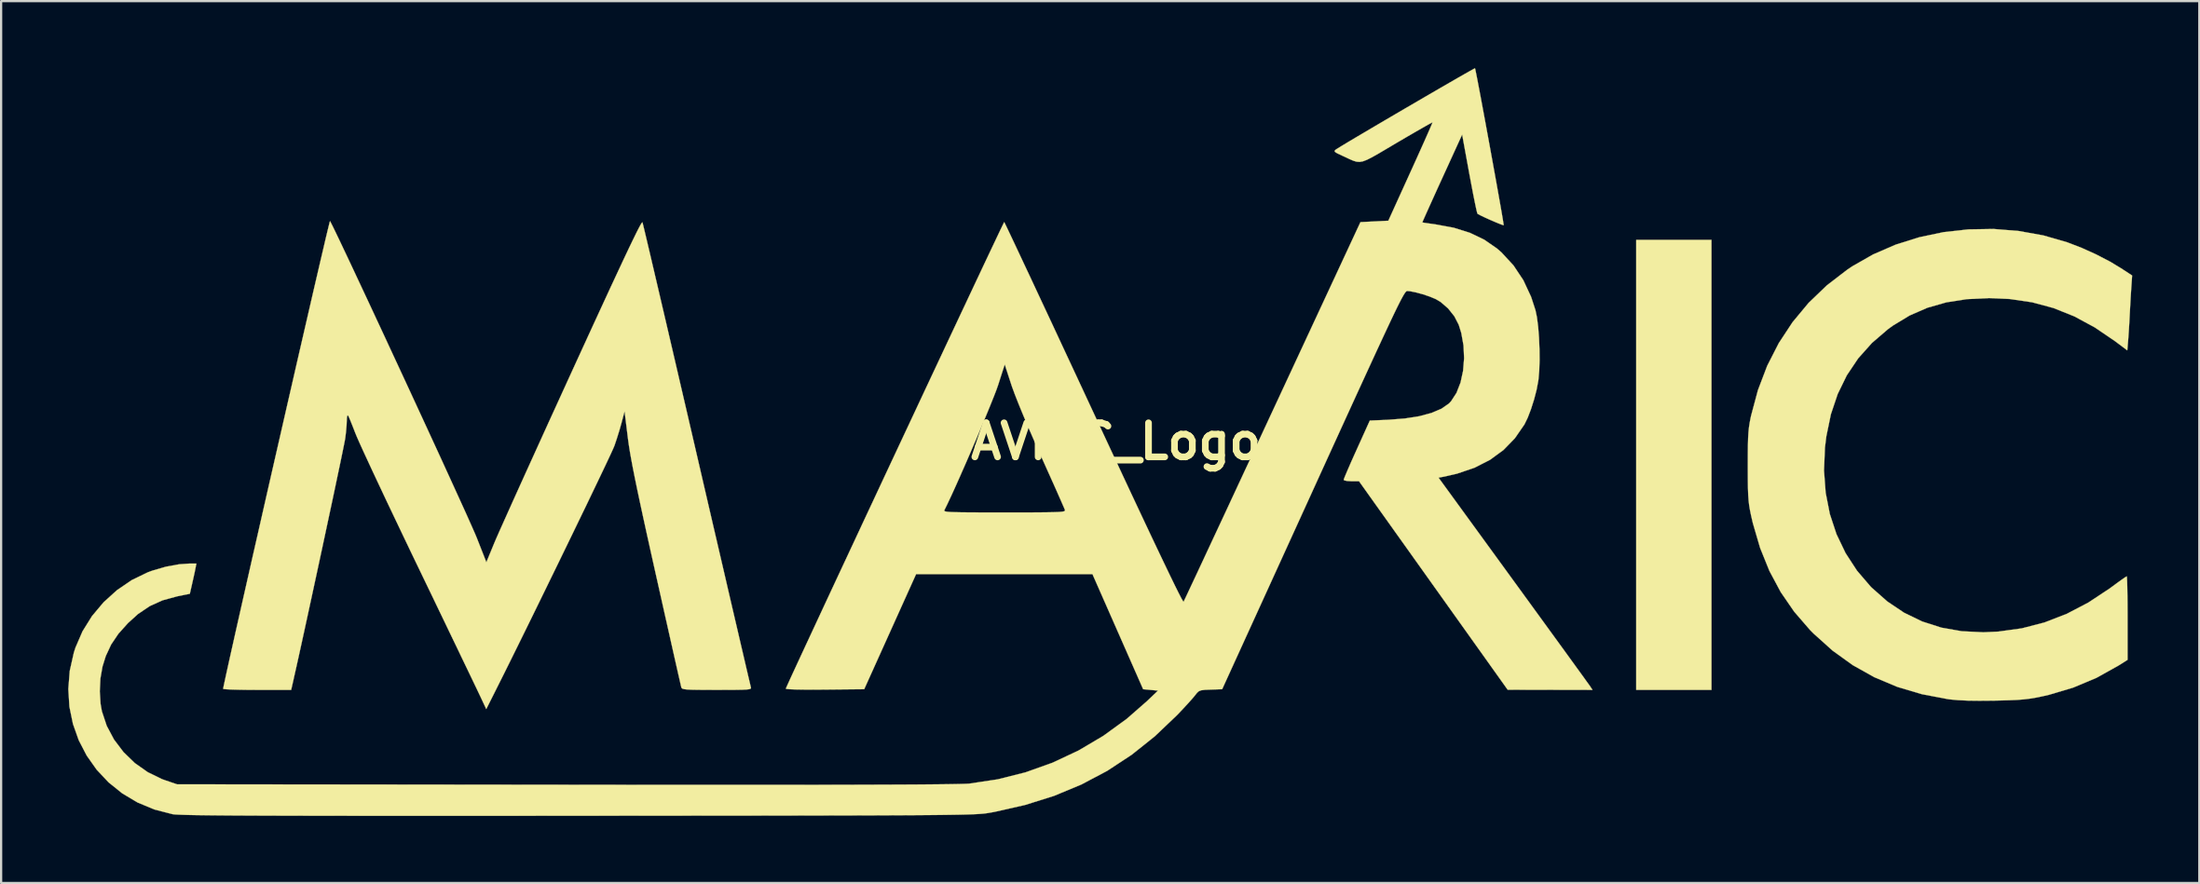
<source format=kicad_pcb>
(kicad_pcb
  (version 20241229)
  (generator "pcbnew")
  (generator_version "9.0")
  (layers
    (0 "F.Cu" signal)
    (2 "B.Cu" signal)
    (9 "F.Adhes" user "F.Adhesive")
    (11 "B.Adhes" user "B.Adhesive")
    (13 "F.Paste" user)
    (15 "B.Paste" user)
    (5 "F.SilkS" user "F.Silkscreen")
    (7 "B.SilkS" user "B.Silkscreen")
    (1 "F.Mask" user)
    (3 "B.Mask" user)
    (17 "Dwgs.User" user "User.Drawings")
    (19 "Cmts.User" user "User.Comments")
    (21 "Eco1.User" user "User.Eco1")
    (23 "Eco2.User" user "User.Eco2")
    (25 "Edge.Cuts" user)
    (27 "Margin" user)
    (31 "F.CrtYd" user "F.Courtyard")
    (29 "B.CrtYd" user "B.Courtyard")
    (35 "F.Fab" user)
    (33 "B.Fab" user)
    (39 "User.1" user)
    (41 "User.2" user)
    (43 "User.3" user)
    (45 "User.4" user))
  (footprint "MAVRIC_Logo"
    (layer "F.Cu")
    (at 45.984 16.697)
    (property "Reference" "MAVRIC_Logo" (at 0 0 0) (layer "F.SilkS") (effects (font (size 1.524 1.524) (thickness 0.3))))
    (attr through_hole)
    (fp_poly (pts (xy 27.495 11.113) (xy 24.13 11.113) (xy 24.13 -9.017) (xy 27.495 -9.017) (xy 27.495 11.113)) (stroke (width 0.01) (type solid)) (fill yes) (layer "F.SilkS"))
    (fp_poly (pts (xy 41.231 -9.415) (xy 42.334 -9.217) (xy 43.396 -8.911) (xy 44.044 -8.662) (xy 44.701 -8.365) (xy 45.32 -8.043) (xy 45.806 -7.75) (xy 46.305 -7.424) (xy 46.267 -6.871) (xy 46.247 -6.557) (xy 46.225 -6.178) (xy 46.204 -5.794) (xy 46.195 -5.62) (xy 46.177 -5.279) (xy 46.156 -4.933) (xy 46.135 -4.632) (xy 46.125 -4.498) (xy 46.089 -4.075) (xy 45.534 -4.491) (xy 44.631 -5.104) (xy 43.722 -5.595) (xy 42.794 -5.967) (xy 41.836 -6.225) (xy 40.836 -6.372) (xy 39.902 -6.413) (xy 38.911 -6.366) (xy 37.997 -6.223) (xy 37.149 -5.981) (xy 36.357 -5.636) (xy 35.612 -5.185) (xy 35.388 -5.023) (xy 34.671 -4.407) (xy 34.057 -3.719) (xy 33.546 -2.957) (xy 33.139 -2.122) (xy 32.834 -1.213) (xy 32.631 -0.228) (xy 32.569 0.276) (xy 32.527 1.3) (xy 32.601 2.291) (xy 32.787 3.242) (xy 33.085 4.145) (xy 33.491 4.993) (xy 34.003 5.78) (xy 34.618 6.497) (xy 34.657 6.536) (xy 35.358 7.156) (xy 36.11 7.661) (xy 36.915 8.051) (xy 37.774 8.327) (xy 38.687 8.488) (xy 39.655 8.535) (xy 40.32 8.504) (xy 41.371 8.359) (xy 42.389 8.095) (xy 43.379 7.711) (xy 44.348 7.205) (xy 45.3 6.575) (xy 45.385 6.513) (xy 45.631 6.331) (xy 45.84 6.181) (xy 45.99 6.077) (xy 46.063 6.033) (xy 46.065 6.032) (xy 46.074 6.093) (xy 46.082 6.266) (xy 46.089 6.533) (xy 46.095 6.881) (xy 46.099 7.293) (xy 46.101 7.754) (xy 46.101 7.9) (xy 46.101 9.768) (xy 45.701 10.02) (xy 44.712 10.572) (xy 43.669 11.01) (xy 42.568 11.337) (xy 42.266 11.405) (xy 41.982 11.462) (xy 41.72 11.505) (xy 41.453 11.537) (xy 41.155 11.56) (xy 40.798 11.575) (xy 40.354 11.587) (xy 40.1 11.592) (xy 39.474 11.597) (xy 38.955 11.591) (xy 38.526 11.571) (xy 38.166 11.538) (xy 38.063 11.524) (xy 36.896 11.302) (xy 35.802 10.976) (xy 34.775 10.544) (xy 33.812 10.004) (xy 32.909 9.354) (xy 32.062 8.593) (xy 31.895 8.424) (xy 31.194 7.613) (xy 30.592 6.737) (xy 30.086 5.79) (xy 29.671 4.763) (xy 29.345 3.65) (xy 29.263 3.294) (xy 29.217 3.069) (xy 29.181 2.859) (xy 29.156 2.64) (xy 29.138 2.392) (xy 29.127 2.09) (xy 29.122 1.714) (xy 29.12 1.239) (xy 29.12 1.079) (xy 29.121 0.572) (xy 29.125 0.169) (xy 29.134 -0.152) (xy 29.15 -0.414) (xy 29.173 -0.64) (xy 29.206 -0.852) (xy 29.249 -1.073) (xy 29.264 -1.143) (xy 29.574 -2.299) (xy 29.988 -3.386) (xy 30.506 -4.401) (xy 31.125 -5.341) (xy 31.843 -6.204) (xy 32.658 -6.986) (xy 33.57 -7.686) (xy 33.8 -7.84) (xy 34.732 -8.371) (xy 35.73 -8.803) (xy 36.782 -9.134) (xy 37.871 -9.363) (xy 38.986 -9.487) (xy 40.11 -9.505) (xy 41.231 -9.415)) (stroke (width 0.01) (type solid)) (fill yes) (layer "F.SilkS"))
    (fp_poly (pts (xy -34.238 -9.785) (xy -34.149 -9.608) (xy -34.015 -9.332) (xy -33.84 -8.967) (xy -33.628 -8.52) (xy -33.383 -8.002) (xy -33.11 -7.419) (xy -32.811 -6.781) (xy -32.491 -6.097) (xy -32.155 -5.375) (xy -31.805 -4.624) (xy -31.447 -3.851) (xy -31.083 -3.067) (xy -30.718 -2.279) (xy -30.357 -1.497) (xy -30.002 -0.728) (xy -29.658 0.019) (xy -29.329 0.734) (xy -29.02 1.41) (xy -28.733 2.038) (xy -28.473 2.609) (xy -28.243 3.114) (xy -28.049 3.546) (xy -27.894 3.895) (xy -27.781 4.152) (xy -27.718 4.304) (xy -27.286 5.402) (xy -26.925 4.527) (xy -26.851 4.354) (xy -26.728 4.074) (xy -26.559 3.696) (xy -26.349 3.228) (xy -26.102 2.677) (xy -25.82 2.053) (xy -25.509 1.365) (xy -25.17 0.619) (xy -24.81 -0.174) (xy -24.431 -1.008) (xy -24.036 -1.872) (xy -23.631 -2.76) (xy -23.46 -3.134) (xy -22.957 -4.232) (xy -22.505 -5.218) (xy -22.1 -6.096) (xy -21.743 -6.87) (xy -21.429 -7.544) (xy -21.159 -8.122) (xy -20.93 -8.607) (xy -20.739 -9.004) (xy -20.586 -9.317) (xy -20.468 -9.549) (xy -20.383 -9.705) (xy -20.33 -9.788) (xy -20.307 -9.802) (xy -20.307 -9.802) (xy -20.288 -9.728) (xy -20.241 -9.537) (xy -20.169 -9.235) (xy -20.073 -8.829) (xy -19.954 -8.326) (xy -19.815 -7.731) (xy -19.656 -7.052) (xy -19.479 -6.295) (xy -19.285 -5.466) (xy -19.077 -4.572) (xy -18.855 -3.619) (xy -18.622 -2.615) (xy -18.378 -1.565) (xy -18.125 -0.476) (xy -17.875 0.603) (xy -17.616 1.723) (xy -17.364 2.811) (xy -17.121 3.859) (xy -16.888 4.861) (xy -16.667 5.811) (xy -16.461 6.702) (xy -16.269 7.528) (xy -16.093 8.282) (xy -15.936 8.958) (xy -15.798 9.549) (xy -15.682 10.048) (xy -15.588 10.45) (xy -15.518 10.747) (xy -15.474 10.933) (xy -15.457 11.001) (xy -15.453 11.036) (xy -15.477 11.063) (xy -15.541 11.082) (xy -15.661 11.096) (xy -15.851 11.105) (xy -16.124 11.11) (xy -16.497 11.112) (xy -16.978 11.113) (xy -17.464 11.112) (xy -17.838 11.109) (xy -18.115 11.104) (xy -18.31 11.094) (xy -18.438 11.079) (xy -18.514 11.059) (xy -18.553 11.03) (xy -18.567 11.001) (xy -18.586 10.923) (xy -18.63 10.731) (xy -18.698 10.434) (xy -18.787 10.041) (xy -18.895 9.563) (xy -19.02 9.008) (xy -19.159 8.387) (xy -19.312 7.709) (xy -19.474 6.984) (xy -19.645 6.221) (xy -19.709 5.937) (xy -19.927 4.96) (xy -20.118 4.098) (xy -20.284 3.34) (xy -20.427 2.677) (xy -20.549 2.1) (xy -20.652 1.599) (xy -20.738 1.165) (xy -20.809 0.788) (xy -20.867 0.459) (xy -20.913 0.169) (xy -20.95 -0.093) (xy -20.961 -0.182) (xy -21.106 -1.349) (xy -21.247 -0.817) (xy -21.34 -0.491) (xy -21.451 -0.134) (xy -21.555 0.177) (xy -21.56 0.191) (xy -21.61 0.308) (xy -21.71 0.53) (xy -21.858 0.846) (xy -22.048 1.248) (xy -22.276 1.725) (xy -22.536 2.268) (xy -22.824 2.868) (xy -23.137 3.515) (xy -23.468 4.199) (xy -23.813 4.91) (xy -24.168 5.64) (xy -24.528 6.378) (xy -24.888 7.116) (xy -25.243 7.842) (xy -25.59 8.549) (xy -25.923 9.225) (xy -26.238 9.863) (xy -26.53 10.451) (xy -26.795 10.981) (xy -26.845 11.081) (xy -27.291 11.97) (xy -27.543 11.43) (xy -27.608 11.294) (xy -27.723 11.052) (xy -27.885 10.714) (xy -28.089 10.289) (xy -28.331 9.786) (xy -28.605 9.214) (xy -28.909 8.582) (xy -29.237 7.9) (xy -29.585 7.176) (xy -29.949 6.419) (xy -30.325 5.639) (xy -30.335 5.619) (xy -30.712 4.834) (xy -31.078 4.068) (xy -31.429 3.331) (xy -31.761 2.633) (xy -32.067 1.982) (xy -32.346 1.389) (xy -32.59 0.863) (xy -32.798 0.413) (xy -32.963 0.049) (xy -33.081 -0.22) (xy -33.148 -0.382) (xy -33.259 -0.668) (xy -33.357 -0.912) (xy -33.432 -1.088) (xy -33.475 -1.171) (xy -33.476 -1.172) (xy -33.506 -1.152) (xy -33.525 -1.035) (xy -33.528 -0.938) (xy -33.537 -0.726) (xy -33.561 -0.447) (xy -33.595 -0.16) (xy -33.597 -0.147) (xy -33.618 -0.028) (xy -33.664 0.205) (xy -33.732 0.539) (xy -33.82 0.963) (xy -33.926 1.467) (xy -34.046 2.039) (xy -34.179 2.667) (xy -34.323 3.34) (xy -34.474 4.048) (xy -34.63 4.779) (xy -34.79 5.522) (xy -34.95 6.264) (xy -35.108 6.997) (xy -35.262 7.707) (xy -35.409 8.384) (xy -35.547 9.016) (xy -35.674 9.593) (xy -35.787 10.103) (xy -35.884 10.534) (xy -35.917 10.684) (xy -36.015 11.113) (xy -37.534 11.113) (xy -37.958 11.111) (xy -38.337 11.105) (xy -38.653 11.097) (xy -38.888 11.086) (xy -39.026 11.074) (xy -39.056 11.065) (xy -39.043 10.99) (xy -39.003 10.8) (xy -38.939 10.503) (xy -38.852 10.107) (xy -38.744 9.619) (xy -38.616 9.047) (xy -38.471 8.398) (xy -38.309 7.682) (xy -38.134 6.905) (xy -37.946 6.075) (xy -37.748 5.199) (xy -37.54 4.287) (xy -37.326 3.345) (xy -37.107 2.381) (xy -36.884 1.403) (xy -36.659 0.419) (xy -36.434 -0.564) (xy -36.212 -1.537) (xy -35.992 -2.494) (xy -35.779 -3.426) (xy -35.572 -4.325) (xy -35.374 -5.184) (xy -35.187 -5.995) (xy -35.013 -6.75) (xy -34.852 -7.442) (xy -34.708 -8.062) (xy -34.581 -8.603) (xy -34.475 -9.058) (xy -34.389 -9.418) (xy -34.326 -9.675) (xy -34.289 -9.822) (xy -34.278 -9.856) (xy -34.238 -9.785)) (stroke (width 0.01) (type solid)) (fill yes) (layer "F.SilkS"))
    (fp_poly (pts (xy 16.921 -16.692) (xy 16.938 -16.626) (xy 16.974 -16.449) (xy 17.028 -16.175) (xy 17.096 -15.817) (xy 17.177 -15.389) (xy 17.267 -14.905) (xy 17.365 -14.378) (xy 17.467 -13.822) (xy 17.572 -13.251) (xy 17.676 -12.679) (xy 17.778 -12.118) (xy 17.875 -11.583) (xy 17.963 -11.088) (xy 18.042 -10.645) (xy 18.108 -10.269) (xy 18.158 -9.974) (xy 18.191 -9.772) (xy 18.204 -9.679) (xy 18.204 -9.674) (xy 18.142 -9.689) (xy 17.995 -9.745) (xy 17.794 -9.828) (xy 17.569 -9.926) (xy 17.35 -10.025) (xy 17.168 -10.112) (xy 17.054 -10.173) (xy 17.032 -10.188) (xy 17.01 -10.26) (xy 16.968 -10.44) (xy 16.911 -10.713) (xy 16.841 -11.062) (xy 16.763 -11.47) (xy 16.678 -11.921) (xy 16.667 -11.981) (xy 16.347 -13.729) (xy 15.452 -11.77) (xy 15.24 -11.307) (xy 15.048 -10.882) (xy 14.879 -10.509) (xy 14.741 -10.201) (xy 14.639 -9.972) (xy 14.579 -9.834) (xy 14.566 -9.799) (xy 14.628 -9.786) (xy 14.788 -9.762) (xy 15.017 -9.73) (xy 15.146 -9.712) (xy 15.968 -9.561) (xy 16.695 -9.333) (xy 17.337 -9.025) (xy 17.903 -8.633) (xy 18.104 -8.458) (xy 18.641 -7.877) (xy 19.083 -7.214) (xy 19.431 -6.467) (xy 19.625 -5.872) (xy 19.692 -5.549) (xy 19.745 -5.132) (xy 19.783 -4.653) (xy 19.804 -4.146) (xy 19.809 -3.641) (xy 19.794 -3.172) (xy 19.759 -2.77) (xy 19.751 -2.715) (xy 19.676 -2.316) (xy 19.563 -1.88) (xy 19.426 -1.449) (xy 19.278 -1.062) (xy 19.132 -0.762) (xy 18.706 -0.145) (xy 18.193 0.383) (xy 17.59 0.823) (xy 16.897 1.176) (xy 16.111 1.442) (xy 15.567 1.567) (xy 15.291 1.619) (xy 18.64 6.223) (xy 19.136 6.905) (xy 19.611 7.559) (xy 20.061 8.178) (xy 20.48 8.755) (xy 20.863 9.282) (xy 21.203 9.752) (xy 21.496 10.156) (xy 21.736 10.487) (xy 21.917 10.739) (xy 22.035 10.902) (xy 22.082 10.97) (xy 22.176 11.113) (xy 18.383 11.106) (xy 11.735 1.778) (xy 11.392 1.778) (xy 11.203 1.767) (xy 11.078 1.74) (xy 11.049 1.714) (xy 11.074 1.64) (xy 11.145 1.468) (xy 11.253 1.215) (xy 11.391 0.899) (xy 11.553 0.537) (xy 11.634 0.358) (xy 12.218 -0.935) (xy 13.046 -0.97) (xy 13.786 -1.028) (xy 14.433 -1.13) (xy 14.98 -1.277) (xy 15.421 -1.465) (xy 15.75 -1.693) (xy 15.849 -1.796) (xy 16.094 -2.173) (xy 16.275 -2.637) (xy 16.389 -3.161) (xy 16.434 -3.723) (xy 16.408 -4.295) (xy 16.308 -4.854) (xy 16.194 -5.22) (xy 15.999 -5.598) (xy 15.72 -5.949) (xy 15.391 -6.235) (xy 15.158 -6.373) (xy 14.889 -6.484) (xy 14.58 -6.587) (xy 14.274 -6.67) (xy 14.014 -6.721) (xy 13.891 -6.731) (xy 13.868 -6.726) (xy 13.84 -6.706) (xy 13.805 -6.666) (xy 13.761 -6.602) (xy 13.704 -6.507) (xy 13.632 -6.376) (xy 13.543 -6.204) (xy 13.434 -5.986) (xy 13.303 -5.716) (xy 13.148 -5.39) (xy 12.965 -5) (xy 12.752 -4.543) (xy 12.506 -4.013) (xy 12.226 -3.405) (xy 11.908 -2.713) (xy 11.55 -1.932) (xy 11.15 -1.057) (xy 10.705 -0.082) (xy 10.212 0.998) (xy 9.676 2.175) (xy 5.616 11.081) (xy 5.099 11.099) (xy 4.843 11.11) (xy 4.679 11.13) (xy 4.573 11.171) (xy 4.49 11.246) (xy 4.405 11.353) (xy 4.295 11.486) (xy 4.119 11.684) (xy 3.897 11.925) (xy 3.654 12.183) (xy 3.59 12.249) (xy 2.605 13.187) (xy 1.569 14.014) (xy 0.477 14.732) (xy -0.678 15.343) (xy -1.901 15.852) (xy -3.197 16.259) (xy -4.571 16.57) (xy -4.826 16.615) (xy -4.898 16.626) (xy -4.977 16.637) (xy -5.068 16.647) (xy -5.177 16.656) (xy -5.306 16.665) (xy -5.461 16.673) (xy -5.647 16.68) (xy -5.868 16.687) (xy -6.128 16.693) (xy -6.432 16.698) (xy -6.785 16.703) (xy -7.19 16.708) (xy -7.654 16.712) (xy -8.179 16.716) (xy -8.772 16.719) (xy -9.436 16.722) (xy -10.175 16.725) (xy -10.995 16.727) (xy -11.9 16.729) (xy -12.895 16.731) (xy -13.984 16.733) (xy -15.171 16.735) (xy -16.461 16.736) (xy -17.859 16.737) (xy -19.37 16.739) (xy -20.997 16.74) (xy -22.746 16.741) (xy -23.177 16.741) (xy -25.01 16.743) (xy -26.72 16.744) (xy -28.31 16.744) (xy -29.786 16.744) (xy -31.151 16.744) (xy -32.408 16.744) (xy -33.563 16.743) (xy -34.619 16.742) (xy -35.581 16.74) (xy -36.451 16.738) (xy -37.235 16.736) (xy -37.935 16.733) (xy -38.558 16.73) (xy -39.105 16.726) (xy -39.581 16.722) (xy -39.991 16.717) (xy -40.339 16.712) (xy -40.627 16.706) (xy -40.861 16.699) (xy -41.044 16.692) (xy -41.181 16.685) (xy -41.275 16.677) (xy -41.317 16.671) (xy -42.131 16.461) (xy -42.884 16.148) (xy -43.568 15.74) (xy -44.179 15.248) (xy -44.711 14.682) (xy -45.157 14.05) (xy -45.513 13.364) (xy -45.772 12.632) (xy -45.93 11.864) (xy -45.979 11.071) (xy -45.915 10.261) (xy -45.732 9.445) (xy -45.659 9.219) (xy -45.344 8.491) (xy -44.921 7.811) (xy -44.403 7.194) (xy -43.805 6.652) (xy -43.142 6.2) (xy -42.426 5.853) (xy -42.216 5.776) (xy -41.611 5.601) (xy -41.027 5.494) (xy -40.558 5.461) (xy -40.253 5.461) (xy -40.293 5.667) (xy -40.326 5.833) (xy -40.378 6.071) (xy -40.437 6.333) (xy -40.439 6.343) (xy -40.546 6.813) (xy -41.117 6.928) (xy -41.762 7.104) (xy -42.334 7.362) (xy -42.862 7.717) (xy -43.31 8.122) (xy -43.74 8.602) (xy -44.065 9.084) (xy -44.305 9.599) (xy -44.452 10.072) (xy -44.545 10.602) (xy -44.573 11.176) (xy -44.537 11.738) (xy -44.479 12.065) (xy -44.262 12.719) (xy -43.935 13.334) (xy -43.511 13.894) (xy -43.004 14.386) (xy -42.426 14.793) (xy -41.794 15.102) (xy -41.633 15.16) (xy -41.116 15.335) (xy -23.749 15.354) (xy -21.797 15.356) (xy -19.969 15.358) (xy -18.264 15.359) (xy -16.678 15.359) (xy -15.21 15.359) (xy -13.857 15.358) (xy -12.616 15.357) (xy -11.486 15.356) (xy -10.464 15.353) (xy -9.547 15.35) (xy -8.734 15.347) (xy -8.021 15.343) (xy -7.406 15.338) (xy -6.887 15.333) (xy -6.462 15.327) (xy -6.129 15.321) (xy -5.883 15.314) (xy -5.725 15.307) (xy -5.683 15.303) (xy -4.415 15.112) (xy -3.174 14.799) (xy -1.969 14.369) (xy -0.808 13.824) (xy 0.301 13.168) (xy 1.35 12.406) (xy 2.247 11.621) (xy 2.747 11.144) (xy 2.415 11.113) (xy 2.082 11.081) (xy -0.183 5.937) (xy -8.072 5.937) (xy -10.391 11.081) (xy -12.154 11.098) (xy -12.666 11.101) (xy -13.104 11.099) (xy -13.456 11.093) (xy -13.713 11.083) (xy -13.862 11.07) (xy -13.896 11.056) (xy -13.858 10.968) (xy -13.77 10.774) (xy -13.636 10.48) (xy -13.458 10.095) (xy -13.24 9.624) (xy -12.985 9.075) (xy -12.697 8.456) (xy -12.379 7.772) (xy -12.034 7.03) (xy -11.665 6.239) (xy -11.275 5.404) (xy -10.868 4.533) (xy -10.448 3.632) (xy -10.195 3.091) (xy -6.812 3.091) (xy -6.799 3.113) (xy -6.754 3.131) (xy -6.666 3.145) (xy -6.524 3.156) (xy -6.317 3.163) (xy -6.034 3.169) (xy -5.666 3.172) (xy -5.2 3.174) (xy -4.625 3.175) (xy -4.122 3.175) (xy -3.46 3.175) (xy -2.915 3.174) (xy -2.474 3.171) (xy -2.127 3.167) (xy -1.864 3.161) (xy -1.673 3.153) (xy -1.543 3.141) (xy -1.463 3.126) (xy -1.423 3.107) (xy -1.412 3.083) (xy -1.415 3.064) (xy -1.447 2.983) (xy -1.527 2.8) (xy -1.647 2.527) (xy -1.801 2.177) (xy -1.985 1.765) (xy -2.193 1.303) (xy -2.417 0.803) (xy -2.479 0.667) (xy -2.762 0.031) (xy -3.028 -0.58) (xy -3.27 -1.151) (xy -3.48 -1.662) (xy -3.652 -2.099) (xy -3.779 -2.443) (xy -3.809 -2.532) (xy -4.107 -3.446) (xy -4.403 -2.525) (xy -4.48 -2.305) (xy -4.603 -1.988) (xy -4.763 -1.589) (xy -4.953 -1.127) (xy -5.166 -0.619) (xy -5.393 -0.082) (xy -5.628 0.466) (xy -5.864 1.009) (xy -6.092 1.527) (xy -6.305 2.005) (xy -6.496 2.425) (xy -6.657 2.769) (xy -6.78 3.02) (xy -6.803 3.064) (xy -6.812 3.091) (xy -10.195 3.091) (xy -10.016 2.709) (xy -9.578 1.771) (xy -9.135 0.824) (xy -8.691 -0.124) (xy -8.249 -1.067) (xy -7.814 -1.997) (xy -7.387 -2.908) (xy -6.972 -3.792) (xy -6.573 -4.643) (xy -6.192 -5.454) (xy -5.833 -6.217) (xy -5.5 -6.926) (xy -5.195 -7.574) (xy -4.922 -8.153) (xy -4.683 -8.658) (xy -4.483 -9.08) (xy -4.325 -9.413) (xy -4.211 -9.65) (xy -4.145 -9.784) (xy -4.13 -9.812) (xy -4.099 -9.753) (xy -4.018 -9.585) (xy -3.889 -9.314) (xy -3.716 -8.948) (xy -3.501 -8.491) (xy -3.248 -7.951) (xy -2.958 -7.335) (xy -2.637 -6.647) (xy -2.285 -5.895) (xy -1.907 -5.086) (xy -1.506 -4.224) (xy -1.083 -3.318) (xy -0.643 -2.373) (xy -0.188 -1.395) (xy -0.128 -1.266) (xy 0.478 0.036) (xy 1.032 1.223) (xy 1.534 2.298) (xy 1.986 3.261) (xy 2.388 4.115) (xy 2.741 4.86) (xy 3.046 5.499) (xy 3.302 6.032) (xy 3.511 6.461) (xy 3.674 6.788) (xy 3.791 7.014) (xy 3.864 7.14) (xy 3.891 7.169) (xy 3.923 7.102) (xy 4.007 6.926) (xy 4.137 6.648) (xy 4.312 6.275) (xy 4.529 5.812) (xy 4.784 5.266) (xy 5.074 4.643) (xy 5.397 3.951) (xy 5.75 3.195) (xy 6.128 2.382) (xy 6.53 1.518) (xy 6.953 0.611) (xy 7.393 -0.335) (xy 7.847 -1.312) (xy 7.872 -1.365) (xy 11.799 -9.811) (xy 13.046 -9.874) (xy 14.042 -12.065) (xy 14.265 -12.556) (xy 14.469 -13.01) (xy 14.65 -13.413) (xy 14.801 -13.754) (xy 14.917 -14.019) (xy 14.992 -14.196) (xy 15.021 -14.271) (xy 15.021 -14.273) (xy 14.964 -14.247) (xy 14.812 -14.164) (xy 14.578 -14.031) (xy 14.276 -13.858) (xy 13.92 -13.652) (xy 13.524 -13.42) (xy 13.424 -13.361) (xy 12.966 -13.09) (xy 12.602 -12.875) (xy 12.317 -12.714) (xy 12.094 -12.601) (xy 11.915 -12.532) (xy 11.765 -12.505) (xy 11.628 -12.514) (xy 11.485 -12.556) (xy 11.321 -12.626) (xy 11.12 -12.721) (xy 11.002 -12.775) (xy 10.787 -12.875) (xy 10.672 -12.942) (xy 10.64 -12.99) (xy 10.673 -13.036) (xy 10.7 -13.057) (xy 10.794 -13.118) (xy 10.98 -13.232) (xy 11.248 -13.394) (xy 11.586 -13.595) (xy 11.981 -13.828) (xy 12.421 -14.088) (xy 12.895 -14.367) (xy 13.39 -14.657) (xy 13.896 -14.953) (xy 14.399 -15.246) (xy 14.888 -15.531) (xy 15.351 -15.8) (xy 15.777 -16.046) (xy 16.153 -16.263) (xy 16.467 -16.442) (xy 16.708 -16.578) (xy 16.863 -16.664) (xy 16.921 -16.692) (xy 16.921 -16.692)) (stroke (width 0.01) (type solid)) (fill yes) (layer "F.SilkS")))
  (gr_rect
    (start -3 -3)
    (end 95.294 36.446)
    (stroke (width 0.1) (type default))
    (fill no)
    (layer "Edge.Cuts")))
</source>
